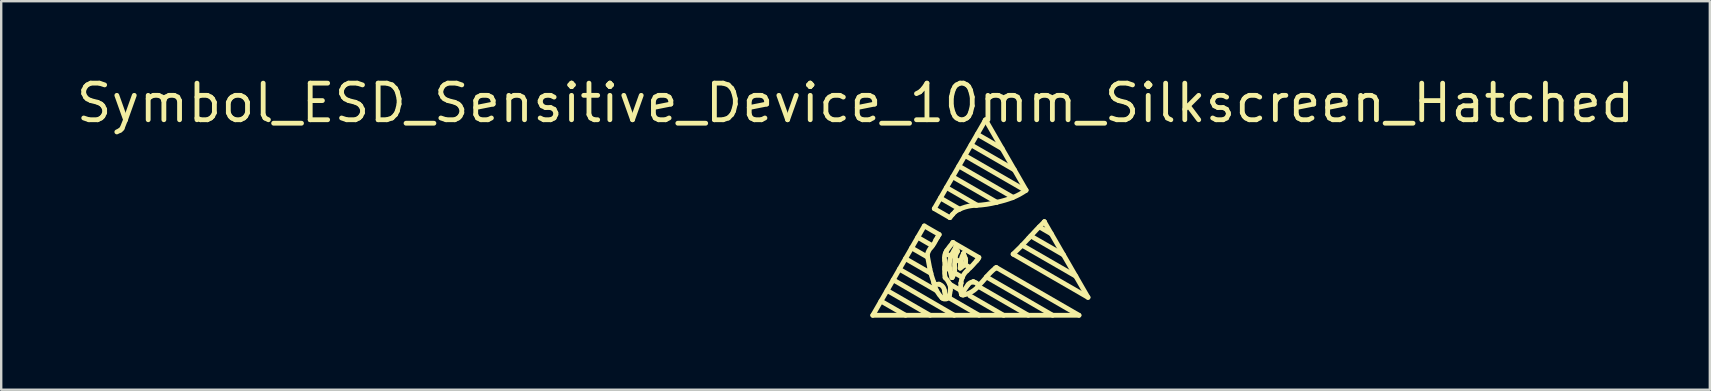
<source format=kicad_pcb>
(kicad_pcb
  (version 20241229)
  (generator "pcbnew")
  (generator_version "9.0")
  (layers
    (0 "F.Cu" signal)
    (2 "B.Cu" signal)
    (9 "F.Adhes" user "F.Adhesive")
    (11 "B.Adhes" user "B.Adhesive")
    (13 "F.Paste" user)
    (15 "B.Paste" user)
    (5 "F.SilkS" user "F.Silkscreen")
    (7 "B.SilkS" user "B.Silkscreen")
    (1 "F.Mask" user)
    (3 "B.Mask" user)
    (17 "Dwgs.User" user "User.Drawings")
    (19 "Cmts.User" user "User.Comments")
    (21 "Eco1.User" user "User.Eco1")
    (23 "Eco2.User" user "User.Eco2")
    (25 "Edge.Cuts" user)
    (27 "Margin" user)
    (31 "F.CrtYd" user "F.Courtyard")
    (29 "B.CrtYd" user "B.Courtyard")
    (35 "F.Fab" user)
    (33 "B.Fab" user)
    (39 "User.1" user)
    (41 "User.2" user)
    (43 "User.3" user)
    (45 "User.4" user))
  (footprint "Symbol_ESD_Sensitive_Device_10mm_Silkscreen_Hatched"
    (layer "F.Cu")
    (at 37.987 6.843)
    (property "Reference" "Symbol_ESD_Sensitive_Device_10mm_Silkscreen_Hatched" (at -5.4 -5.6 0) (layer "F.SilkS") (effects (font (size 1.524 1.524) (thickness 0.2))))
    (attr through_hole)
    (fp_line (start -4.681 3.24) (end 3.909 3.24) (stroke (width 0.2) (type solid)) (layer "F.SilkS"))
    (fp_line (start -4.341 2.649) (end -3.313 3.24) (stroke (width 0.2) (type solid)) (layer "F.SilkS"))
    (fp_line (start -4.086 2.207) (end -2.295 3.24) (stroke (width 0.2) (type solid)) (layer "F.SilkS"))
    (fp_line (start -3.831 1.764) (end -1.288 3.24) (stroke (width 0.2) (type solid)) (layer "F.SilkS"))
    (fp_line (start -3.575 1.321) (end -2.044 2.202) (stroke (width 0.2) (type solid)) (layer "F.SilkS"))
    (fp_line (start -2.535 -0.481) (end -4.681 3.24) (stroke (width 0.2) (type solid)) (layer "F.SilkS"))
    (fp_line (start -2.396 0.819) (end -3.064 0.434) (stroke (width 0.2) (type solid)) (layer "F.SilkS"))
    (fp_line (start -2.258 1.495) (end -3.322 0.881) (stroke (width 0.2) (type solid)) (layer "F.SilkS"))
    (fp_line (start -2.2 0.344) (end -2.809 -0.008) (stroke (width 0.2) (type solid)) (layer "F.SilkS"))
    (fp_line (start -2.119 -1.203) (end -1.469 -0.827) (stroke (width 0.2) (type solid)) (layer "F.SilkS"))
    (fp_line (start -1.915 -0.123) (end -2.535 -0.481) (stroke (width 0.2) (type solid)) (layer "F.SilkS"))
    (fp_line (start -1.865 -1.643) (end -1.059 -1.178) (stroke (width 0.2) (type solid)) (layer "F.SilkS"))
    (fp_line (start -1.611 -2.083) (end -0.335 -1.346) (stroke (width 0.2) (type solid)) (layer "F.SilkS"))
    (fp_line (start -1.544 2.493) (end -0.251 3.24) (stroke (width 0.2) (type solid)) (layer "F.SilkS"))
    (fp_line (start -1.465 1.355) (end -1.683 1.229) (stroke (width 0.2) (type solid)) (layer "F.SilkS"))
    (fp_line (start -1.443 0.779) (end -1.656 0.657) (stroke (width 0.2) (type solid)) (layer "F.SilkS"))
    (fp_line (start -1.343 0.212) (end -1.346 0.216) (stroke (width 0.2) (type solid)) (layer "F.SilkS"))
    (fp_line (start -1.341 0.208) (end -1.343 0.212) (stroke (width 0.2) (type solid)) (layer "F.SilkS"))
    (fp_line (start -1.228 0.417) (end -1.228 0.417) (stroke (width 0.2) (type solid)) (layer "F.SilkS"))
    (fp_line (start -1.095 -2.975) (end 1.163 -1.671) (stroke (width 0.2) (type solid)) (layer "F.SilkS"))
    (fp_line (start -1.018 1.029) (end -1.238 0.901) (stroke (width 0.2) (type solid)) (layer "F.SilkS"))
    (fp_line (start -1.017 2.206) (end -1.481 1.938) (stroke (width 0.2) (type solid)) (layer "F.SilkS"))
    (fp_line (start -1.008 1.902) (end -1.006 1.901) (stroke (width 0.2) (type solid)) (layer "F.SilkS"))
    (fp_line (start -0.945 1.662) (end -1.287 1.465) (stroke (width 0.2) (type solid)) (layer "F.SilkS"))
    (fp_line (start -0.904 0.67) (end -0.904 0.67) (stroke (width 0.2) (type solid)) (layer "F.SilkS"))
    (fp_line (start -0.627 1.252) (end -0.859 1.118) (stroke (width 0.2) (type solid)) (layer "F.SilkS"))
    (fp_line (start -0.33 -4.301) (end 0.709 -3.701) (stroke (width 0.2) (type solid)) (layer "F.SilkS"))
    (fp_line (start -0.287 2.035) (end 1.798 3.24) (stroke (width 0.2) (type solid)) (layer "F.SilkS"))
    (fp_line (start -0.261 0.832) (end -1.341 0.208) (stroke (width 0.2) (type solid)) (layer "F.SilkS"))
    (fp_line (start -0.013 -4.85) (end -2.119 -1.203) (stroke (width 0.2) (type solid)) (layer "F.SilkS"))
    (fp_line (start 0 -4.871) (end -0.013 -4.85) (stroke (width 0.2) (type solid)) (layer "F.SilkS"))
    (fp_line (start 0.017 -4.9) (end 0 -4.871) (stroke (width 0.2) (type solid)) (layer "F.SilkS"))
    (fp_line (start 0.017 -4.9) (end 0.017 -4.9) (stroke (width 0.2) (type solid)) (layer "F.SilkS"))
    (fp_line (start 0.484 -1.468) (end -1.353 -2.528) (stroke (width 0.2) (type solid)) (layer "F.SilkS"))
    (fp_line (start 0.771 3.242) (end -0.637 2.429) (stroke (width 0.2) (type solid)) (layer "F.SilkS"))
    (fp_line (start 1.165 0.693) (end 4.285 2.495) (stroke (width 0.2) (type solid)) (layer "F.SilkS"))
    (fp_line (start 1.219 -2.817) (end -0.585 -3.859) (stroke (width 0.2) (type solid)) (layer "F.SilkS"))
    (fp_line (start 1.538 0.321) (end 3.778 1.614) (stroke (width 0.2) (type solid)) (layer "F.SilkS"))
    (fp_line (start 1.686 -1.955) (end -0.842 -3.414) (stroke (width 0.2) (type solid)) (layer "F.SilkS"))
    (fp_line (start 1.706 -1.97) (end 0.017 -4.9) (stroke (width 0.2) (type solid)) (layer "F.SilkS"))
    (fp_line (start 2.254 -0.442) (end 2.758 -0.151) (stroke (width 0.2) (type solid)) (layer "F.SilkS"))
    (fp_line (start 2.466 -0.657) (end 2.466 -0.657) (stroke (width 0.2) (type solid)) (layer "F.SilkS"))
    (fp_line (start 2.812 3.24) (end 0.054 1.645) (stroke (width 0.2) (type solid)) (layer "F.SilkS"))
    (fp_line (start 3.264 0.724) (end 1.899 -0.064) (stroke (width 0.2) (type solid)) (layer "F.SilkS"))
    (fp_line (start 3.909 3.24) (end 0.466 1.251) (stroke (width 0.2) (type solid)) (layer "F.SilkS"))
    (fp_line (start 4.285 2.495) (end 2.466 -0.657) (stroke (width 0.2) (type solid)) (layer "F.SilkS"))
    (fp_arc (start -2.4125 0.727083) (mid -2.350989 0.555719) (end -2.246726 0.40646) (stroke (width 0.2) (type solid)) (layer "F.SilkS"))
    (fp_arc (start -2.304476 1.301123) (mid -2.360491 1.01448) (end -2.412501 0.727083) (stroke (width 0.2) (type solid)) (layer "F.SilkS"))
    (fp_arc (start -2.141667 1.864583) (mid -2.234533 1.586165) (end -2.304475 1.301123) (stroke (width 0.2) (type solid)) (layer "F.SilkS"))
    (fp_arc (start -2.050001 0.097916) (mid -2.134854 0.260801) (end -2.246727 0.406459) (stroke (width 0.2) (type solid)) (layer "F.SilkS"))
    (fp_arc (start -2.046181 1.950981) (mid -2.111237 1.926915) (end -2.141668 1.864583) (stroke (width 0.2) (type solid)) (layer "F.SilkS"))
    (fp_arc (start -1.981632 -0.011225) (mid -2.015435 0.043584) (end -2.05 0.097916) (stroke (width 0.2) (type solid)) (layer "F.SilkS"))
    (fp_arc (start -1.922917 1.944791) (mid -1.984513 1.948605) (end -2.046181 1.950981) (stroke (width 0.2) (type solid)) (layer "F.SilkS"))
    (fp_arc (start -1.922917 1.944791) (mid -1.766799 2.045024) (end -1.694732 2.21598) (stroke (width 0.2) (type solid)) (layer "F.SilkS"))
    (fp_arc (start -1.914584 -0.122917) (mid -1.947968 -0.066987) (end -1.981633 -0.011225) (stroke (width 0.2) (type solid)) (layer "F.SilkS"))
    (fp_arc (start -1.798202 2.517402) (mid -2.005894 2.239419) (end -2.133334 1.916666) (stroke (width 0.2) (type solid)) (layer "F.SilkS"))
    (fp_arc (start -1.686459 0.959375) (mid -1.678369 1.139623) (end -1.686133 1.319886) (stroke (width 0.2) (type solid)) (layer "F.SilkS"))
    (fp_arc (start -1.686459 0.959375) (mid -1.686233 0.742985) (end -1.601798 0.543748) (stroke (width 0.2) (type solid)) (layer "F.SilkS"))
    (fp_arc (start -1.668751 1.66875) (mid -1.68939 1.494913) (end -1.686133 1.319886) (stroke (width 0.2) (type solid)) (layer "F.SilkS"))
    (fp_arc (start -1.66875 1.66875) (mid -1.574768 1.777451) (end -1.499081 1.899599) (stroke (width 0.2) (type solid)) (layer "F.SilkS"))
    (fp_arc (start -1.6125 2.545833) (mid -1.710097 2.562615) (end -1.798203 2.517402) (stroke (width 0.2) (type solid)) (layer "F.SilkS"))
    (fp_arc (start -1.609375 2.553125) (mid -1.664683 2.38775) (end -1.694732 2.21598) (stroke (width 0.2) (type solid)) (layer "F.SilkS"))
    (fp_arc (start -1.601798 0.543749) (mid -1.478881 0.375736) (end -1.345834 0.215625) (stroke (width 0.2) (type solid)) (layer "F.SilkS"))
    (fp_arc (start -1.499081 1.899599) (mid -1.452557 2.04086) (end -1.452084 2.189584) (stroke (width 0.2) (type solid)) (layer "F.SilkS"))
    (fp_arc (start -1.491678 2.423383) (mid -1.535259 2.502105) (end -1.609376 2.553125) (stroke (width 0.2) (type solid)) (layer "F.SilkS"))
    (fp_arc (start -1.469665 1.329978) (mid -1.481068 1.015387) (end -1.39223 0.713384) (stroke (width 0.2) (type solid)) (layer "F.SilkS"))
    (fp_arc (start -1.46875 -0.827084) (mid -1.415162 -0.894806) (end -1.35939 -0.96074) (stroke (width 0.2) (type solid)) (layer "F.SilkS"))
    (fp_arc (start -1.452084 2.189583) (mid -1.465639 2.30754) (end -1.491678 2.423383) (stroke (width 0.2) (type solid)) (layer "F.SilkS"))
    (fp_arc (start -1.39223 0.713384) (mid -1.314456 0.562626) (end -1.22807 0.416632) (stroke (width 0.2) (type solid)) (layer "F.SilkS"))
    (fp_arc (start -1.386345 1.668277) (mid -1.431734 1.500046) (end -1.469665 1.329978) (stroke (width 0.2) (type solid)) (layer "F.SilkS"))
    (fp_arc (start -1.369493 1.665855) (mid -1.37687 1.674367) (end -1.386345 1.668276) (stroke (width 0.2) (type solid)) (layer "F.SilkS"))
    (fp_arc (start -1.359391 -0.96074) (mid -1.300954 -1.024488) (end -1.239584 -1.085417) (stroke (width 0.2) (type solid)) (layer "F.SilkS"))
    (fp_arc (start -1.287826 1.480988) (mid -1.321389 1.576633) (end -1.369492 1.665854) (stroke (width 0.2) (type solid)) (layer "F.SilkS"))
    (fp_arc (start -1.269318 1.271052) (mid -1.269571 1.376813) (end -1.287825 1.480988) (stroke (width 0.2) (type solid)) (layer "F.SilkS"))
    (fp_arc (start -1.269318 1.271052) (mid -1.266837 0.971998) (end -1.210013 0.678382) (stroke (width 0.2) (type solid)) (layer "F.SilkS"))
    (fp_arc (start -1.239584 -1.085417) (mid -0.830256 -1.267366) (end -0.388136 -1.339373) (stroke (width 0.2) (type solid)) (layer "F.SilkS"))
    (fp_arc (start -1.228071 0.416631) (mid -1.190972 0.485746) (end -1.155889 0.555906) (stroke (width 0.2) (type solid)) (layer "F.SilkS"))
    (fp_arc (start -1.210013 0.678381) (mid -1.191629 0.635886) (end -1.163252 0.5993) (stroke (width 0.2) (type solid)) (layer "F.SilkS"))
    (fp_arc (start -1.155887 0.555906) (mid -1.152651 0.578778) (end -1.163252 0.599301) (stroke (width 0.2) (type solid)) (layer "F.SilkS"))
    (fp_arc (start -1.039509 1.276944) (mid -1.031247 1.10736) (end -1.006538 0.939382) (stroke (width 0.2) (type solid)) (layer "F.SilkS"))
    (fp_arc (start -1.026107 2.177901) (mid -1.022762 2.039635) (end -1.008333 1.902083) (stroke (width 0.2) (type solid)) (layer "F.SilkS"))
    (fp_arc (start -1.006538 0.939382) (mid -0.966671 0.800352) (end -0.90398 0.670011) (stroke (width 0.2) (type solid)) (layer "F.SilkS"))
    (fp_arc (start -1.00625 1.901043) (mid -0.93068 1.616364) (end -0.753006 1.381448) (stroke (width 0.2) (type solid)) (layer "F.SilkS"))
    (fp_arc (start -0.98125 2.375) (mid -1.013955 2.278789) (end -1.026107 2.177901) (stroke (width 0.2) (type solid)) (layer "F.SilkS"))
    (fp_arc (start -0.98125 2.375) (mid -0.852262 2.164876) (end -0.711052 1.962764) (stroke (width 0.2) (type solid)) (layer "F.SilkS"))
    (fp_arc (start -0.921402 2.398503) (mid -0.956945 2.395861) (end -0.986476 2.375907) (stroke (width 0.2) (type solid)) (layer "F.SilkS"))
    (fp_arc (start -0.903979 0.670011) (mid -0.859559 0.773592) (end -0.823201 0.880271) (stroke (width 0.2) (type solid)) (layer "F.SilkS"))
    (fp_arc (start -0.883522 1.155458) (mid -0.95822 1.220433) (end -1.039509 1.276945) (stroke (width 0.2) (type solid)) (layer "F.SilkS"))
    (fp_arc (start -0.823201 0.88027) (mid -0.810432 0.954406) (end -0.815591 1.029457) (stroke (width 0.2) (type solid)) (layer "F.SilkS"))
    (fp_arc (start -0.815592 1.029457) (mid -0.839834 1.097699) (end -0.883522 1.155457) (stroke (width 0.2) (type solid)) (layer "F.SilkS"))
    (fp_arc (start -0.711052 1.962764) (mid -0.622731 1.885038) (end -0.510417 1.85) (stroke (width 0.2) (type solid)) (layer "F.SilkS"))
    (fp_arc (start -0.495534 1.847634) (mid -0.502937 1.849058) (end -0.510417 1.849999) (stroke (width 0.2) (type solid)) (layer "F.SilkS"))
    (fp_arc (start -0.495534 1.847634) (mid -0.488921 1.846176) (end -0.482292 1.844791) (stroke (width 0.2) (type solid)) (layer "F.SilkS"))
    (fp_arc (start -0.482293 1.844791) (mid -0.420284 1.866954) (end -0.363686 1.900615) (stroke (width 0.2) (type solid)) (layer "F.SilkS"))
    (fp_arc (start -0.363686 1.900615) (mid -0.312244 1.948994) (end -0.273959 2.008333) (stroke (width 0.2) (type solid)) (layer "F.SilkS"))
    (fp_arc (start -0.353126 0.966667) (mid -0.545341 1.181505) (end -0.753006 1.381447) (stroke (width 0.2) (type solid)) (layer "F.SilkS"))
    (fp_arc (start -0.301845 0.905038) (mid -0.326058 0.93704) (end -0.353125 0.966668) (stroke (width 0.2) (type solid)) (layer "F.SilkS"))
    (fp_arc (start -0.264638 2.007621) (mid -0.558359 2.261301) (end -0.921403 2.398503) (stroke (width 0.2) (type solid)) (layer "F.SilkS"))
    (fp_arc (start -0.261458 0.832293) (mid -0.279929 0.869622) (end -0.301845 0.905038) (stroke (width 0.2) (type solid)) (layer "F.SilkS"))
    (fp_arc (start 0.062769 1.635083) (mid 0.233929 1.448105) (end 0.422916 1.279166) (stroke (width 0.2) (type solid)) (layer "F.SilkS"))
    (fp_arc (start 0.06277 1.635084) (mid -0.101601 1.825311) (end -0.273958 2.008333) (stroke (width 0.2) (type solid)) (layer "F.SilkS"))
    (fp_arc (start 0.444332 1.265163) (mid 0.433673 1.272239) (end 0.422916 1.279166) (stroke (width 0.2) (type solid)) (layer "F.SilkS"))
    (fp_arc (start 0.444332 1.265163) (mid 0.454952 1.258062) (end 0.465625 1.251041) (stroke (width 0.2) (type solid)) (layer "F.SilkS"))
    (fp_arc (start 0.488541 -1.46875) (mid 0.053877 -1.379163) (end -0.388136 -1.339373) (stroke (width 0.2) (type solid)) (layer "F.SilkS"))
    (fp_arc (start 1.124168 -1.655229) (mid 0.810191 -1.548912) (end 0.488541 -1.46875) (stroke (width 0.2) (type solid)) (layer "F.SilkS"))
    (fp_arc (start 1.706249 -1.969792) (mid 1.425275 -1.793883) (end 1.124168 -1.655229) (stroke (width 0.2) (type solid)) (layer "F.SilkS"))
    (fp_arc (start 1.817668 0.023412) (mid 1.498511 0.365266) (end 1.164583 0.692708) (stroke (width 0.2) (type solid)) (layer "F.SilkS"))
    (fp_arc (start 1.817669 0.023412) (mid 2.136244 -0.322083) (end 2.465625 -0.657292) (stroke (width 0.2) (type solid)) (layer "F.SilkS")))
  (gr_rect
    (start -3 -3)
    (end 68.174 13.184)
    (stroke (width 0.1) (type default))
    (fill no)
    (layer "Edge.Cuts")))
</source>
